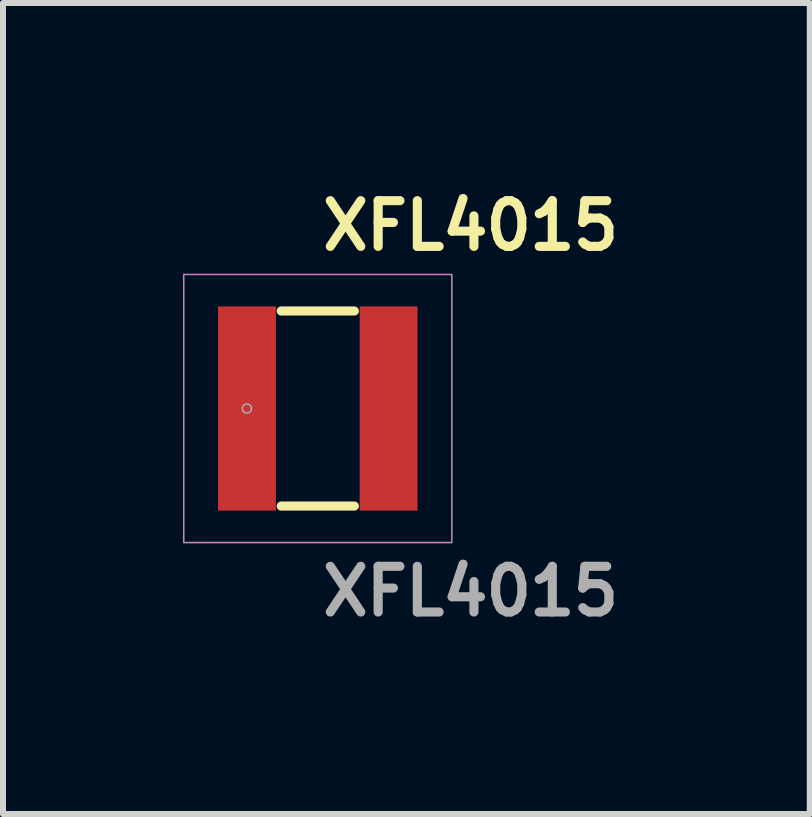
<source format=kicad_pcb>
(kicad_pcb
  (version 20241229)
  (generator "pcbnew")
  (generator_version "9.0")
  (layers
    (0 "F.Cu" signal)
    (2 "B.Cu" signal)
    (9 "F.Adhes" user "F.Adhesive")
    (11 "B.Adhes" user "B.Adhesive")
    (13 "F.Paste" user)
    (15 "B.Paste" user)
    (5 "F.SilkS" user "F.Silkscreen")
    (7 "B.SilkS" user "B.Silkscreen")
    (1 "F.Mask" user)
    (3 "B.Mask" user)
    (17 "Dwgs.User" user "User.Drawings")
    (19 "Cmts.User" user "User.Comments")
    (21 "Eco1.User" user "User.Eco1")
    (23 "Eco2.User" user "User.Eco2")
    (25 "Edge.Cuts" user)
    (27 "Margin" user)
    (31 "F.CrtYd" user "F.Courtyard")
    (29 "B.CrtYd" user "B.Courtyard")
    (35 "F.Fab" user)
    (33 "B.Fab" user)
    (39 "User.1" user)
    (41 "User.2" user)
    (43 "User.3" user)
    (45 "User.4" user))
  (footprint "XFL4015"
    (layer "F.Cu")
    (at 2.248 3.761)
    (property "Reference" "XFL4015" (at 0 -3.048 0) (unlocked yes) (layer "F.SilkS") (effects (font (size 0.762 0.762) (thickness 0.152)) (justify left)))
    (attr smd)
    (fp_line (start -0.61 1.626) (end 0.61 1.626) (stroke (width 0.152) (type solid)) (layer "F.SilkS"))
    (fp_line (start 0.61 -1.626) (end -0.61 -1.626) (stroke (width 0.152) (type solid)) (layer "F.SilkS"))
    (fp_rect (start -2.235 -2.235) (end 2.235 2.235) (stroke (width 0.006) (type default)) (fill no) (layer "F.CrtYd"))
    (fp_rect (start -2.235 -2.235) (end 2.235 2.235) (stroke (width 0.025) (type default)) (fill no) (layer "F.Fab"))
    (fp_circle (center -1.181 0) (end -1.105 0) (stroke (width 0.025) (type solid)) (fill no) (layer "F.Fab"))
    (fp_text user "${REFERENCE}" (at 0 3.048 0) (unlocked yes) (layer "F.Fab") (effects (font (size 0.762 0.762) (thickness 0.152)) (justify left)))
    (pad "1" smd rect (at -1.181 0) (size 0.965 3.404) (layers "F.Cu" "F.Mask" "F.Paste"))
    (pad "2" smd rect (at 1.181 0) (size 0.965 3.404) (layers "F.Cu" "F.Mask" "F.Paste")))
  (gr_rect
    (start -3 -3)
    (end 10.451 10.522)
    (stroke (width 0.1) (type default))
    (fill no)
    (layer "Edge.Cuts")))
</source>
